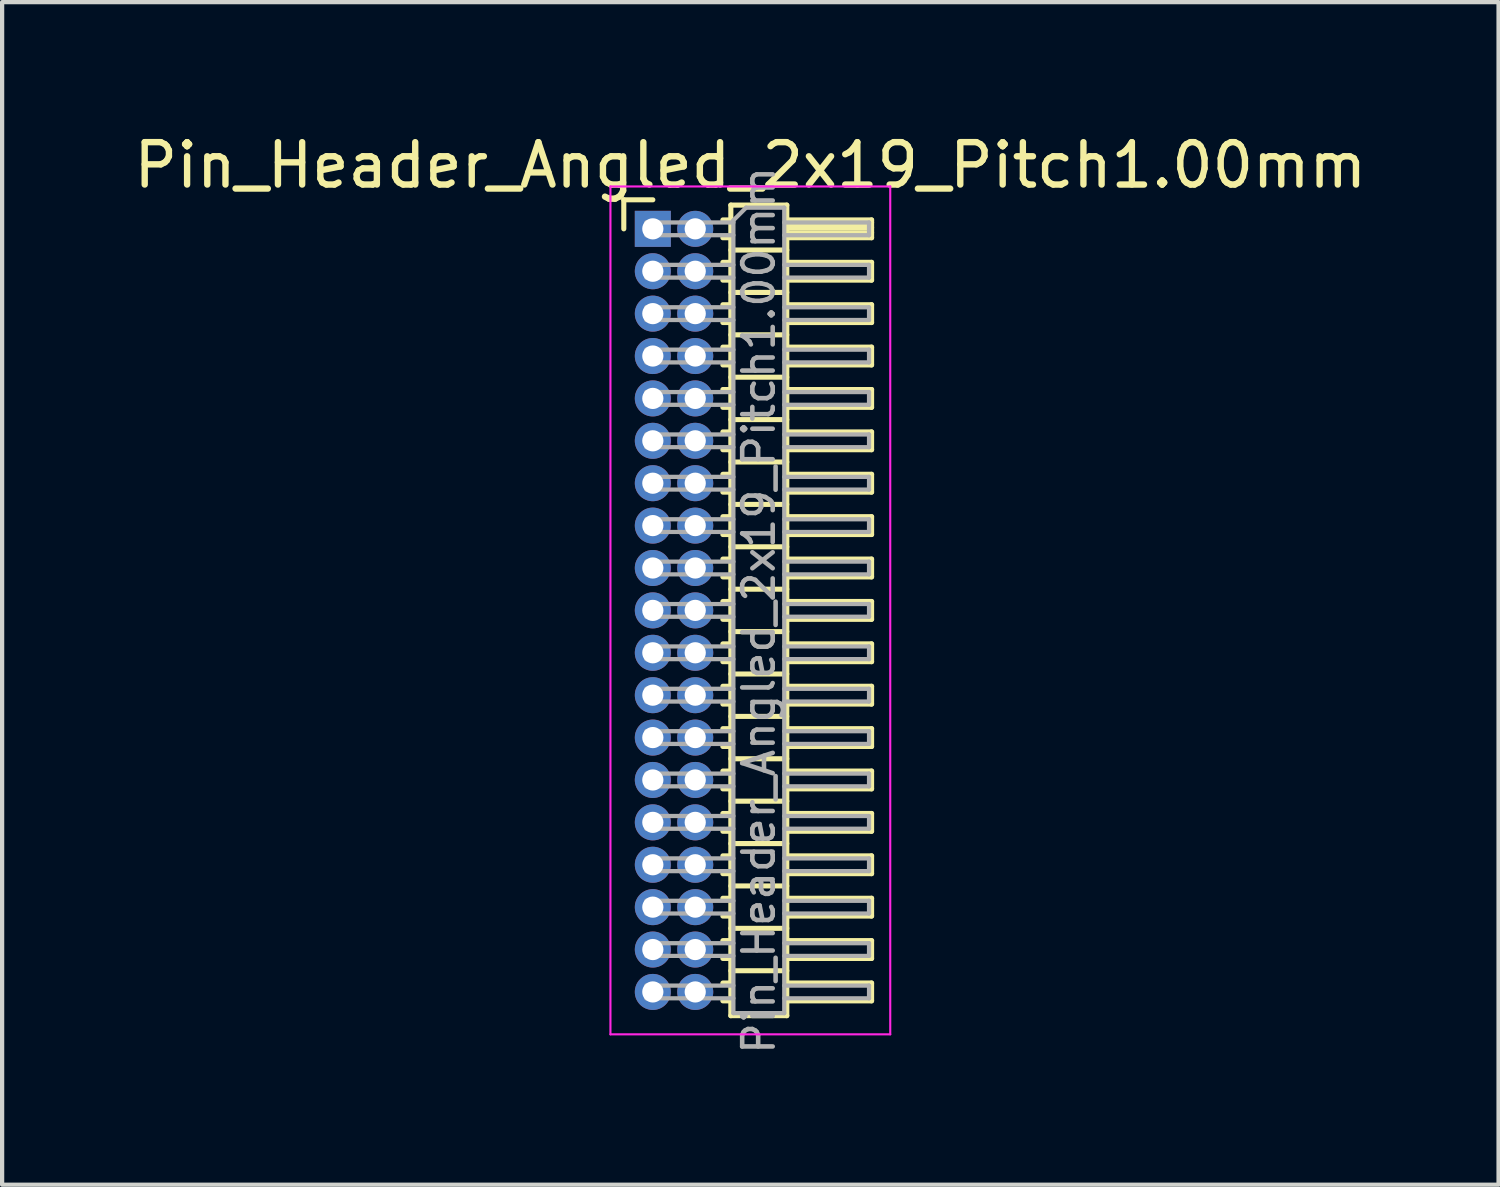
<source format=kicad_pcb>
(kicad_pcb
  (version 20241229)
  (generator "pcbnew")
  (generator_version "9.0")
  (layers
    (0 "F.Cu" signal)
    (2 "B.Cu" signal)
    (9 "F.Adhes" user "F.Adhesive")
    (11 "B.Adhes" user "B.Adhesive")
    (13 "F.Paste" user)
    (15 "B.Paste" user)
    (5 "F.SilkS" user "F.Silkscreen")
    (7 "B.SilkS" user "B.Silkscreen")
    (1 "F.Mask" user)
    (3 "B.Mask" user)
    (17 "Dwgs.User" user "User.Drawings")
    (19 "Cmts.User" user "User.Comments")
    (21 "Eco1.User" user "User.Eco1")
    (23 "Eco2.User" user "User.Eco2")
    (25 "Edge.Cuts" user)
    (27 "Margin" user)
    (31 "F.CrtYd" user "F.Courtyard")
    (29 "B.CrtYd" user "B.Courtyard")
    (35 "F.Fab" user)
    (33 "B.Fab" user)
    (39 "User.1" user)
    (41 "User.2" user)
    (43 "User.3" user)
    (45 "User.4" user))
  (footprint "Pin_Header_Angled_2x19_Pitch1.00mm"
    (layer "F.Cu")
    (at 12.349 2.348)
    (property "Reference" "Pin_Header_Angled_2x19_Pitch1.00mm" (at 2.3 -1.5 0) (layer "F.SilkS") (effects (font (size 1 1) (thickness 0.15))))
    (attr through_hole)
    (fp_line (start -0.685 -0.685) (end 0 -0.685) (stroke (width 0.12) (type solid)) (layer "F.SilkS"))
    (fp_line (start -0.685 0) (end -0.685 -0.685) (stroke (width 0.12) (type solid)) (layer "F.SilkS"))
    (fp_line (start 1.652 -0.21) (end 1.84 -0.21) (stroke (width 0.12) (type solid)) (layer "F.SilkS"))
    (fp_line (start 1.652 0.21) (end 1.84 0.21) (stroke (width 0.12) (type solid)) (layer "F.SilkS"))
    (fp_line (start 1.652 0.79) (end 1.84 0.79) (stroke (width 0.12) (type solid)) (layer "F.SilkS"))
    (fp_line (start 1.652 1.21) (end 1.84 1.21) (stroke (width 0.12) (type solid)) (layer "F.SilkS"))
    (fp_line (start 1.652 1.79) (end 1.84 1.79) (stroke (width 0.12) (type solid)) (layer "F.SilkS"))
    (fp_line (start 1.652 2.21) (end 1.84 2.21) (stroke (width 0.12) (type solid)) (layer "F.SilkS"))
    (fp_line (start 1.652 2.79) (end 1.84 2.79) (stroke (width 0.12) (type solid)) (layer "F.SilkS"))
    (fp_line (start 1.652 3.21) (end 1.84 3.21) (stroke (width 0.12) (type solid)) (layer "F.SilkS"))
    (fp_line (start 1.652 3.79) (end 1.84 3.79) (stroke (width 0.12) (type solid)) (layer "F.SilkS"))
    (fp_line (start 1.652 4.21) (end 1.84 4.21) (stroke (width 0.12) (type solid)) (layer "F.SilkS"))
    (fp_line (start 1.652 4.79) (end 1.84 4.79) (stroke (width 0.12) (type solid)) (layer "F.SilkS"))
    (fp_line (start 1.652 5.21) (end 1.84 5.21) (stroke (width 0.12) (type solid)) (layer "F.SilkS"))
    (fp_line (start 1.652 5.79) (end 1.84 5.79) (stroke (width 0.12) (type solid)) (layer "F.SilkS"))
    (fp_line (start 1.652 6.21) (end 1.84 6.21) (stroke (width 0.12) (type solid)) (layer "F.SilkS"))
    (fp_line (start 1.652 6.79) (end 1.84 6.79) (stroke (width 0.12) (type solid)) (layer "F.SilkS"))
    (fp_line (start 1.652 7.21) (end 1.84 7.21) (stroke (width 0.12) (type solid)) (layer "F.SilkS"))
    (fp_line (start 1.652 7.79) (end 1.84 7.79) (stroke (width 0.12) (type solid)) (layer "F.SilkS"))
    (fp_line (start 1.652 8.21) (end 1.84 8.21) (stroke (width 0.12) (type solid)) (layer "F.SilkS"))
    (fp_line (start 1.652 8.79) (end 1.84 8.79) (stroke (width 0.12) (type solid)) (layer "F.SilkS"))
    (fp_line (start 1.652 9.21) (end 1.84 9.21) (stroke (width 0.12) (type solid)) (layer "F.SilkS"))
    (fp_line (start 1.652 9.79) (end 1.84 9.79) (stroke (width 0.12) (type solid)) (layer "F.SilkS"))
    (fp_line (start 1.652 10.21) (end 1.84 10.21) (stroke (width 0.12) (type solid)) (layer "F.SilkS"))
    (fp_line (start 1.652 10.79) (end 1.84 10.79) (stroke (width 0.12) (type solid)) (layer "F.SilkS"))
    (fp_line (start 1.652 11.21) (end 1.84 11.21) (stroke (width 0.12) (type solid)) (layer "F.SilkS"))
    (fp_line (start 1.652 11.79) (end 1.84 11.79) (stroke (width 0.12) (type solid)) (layer "F.SilkS"))
    (fp_line (start 1.652 12.21) (end 1.84 12.21) (stroke (width 0.12) (type solid)) (layer "F.SilkS"))
    (fp_line (start 1.652 12.79) (end 1.84 12.79) (stroke (width 0.12) (type solid)) (layer "F.SilkS"))
    (fp_line (start 1.652 13.21) (end 1.84 13.21) (stroke (width 0.12) (type solid)) (layer "F.SilkS"))
    (fp_line (start 1.652 13.79) (end 1.84 13.79) (stroke (width 0.12) (type solid)) (layer "F.SilkS"))
    (fp_line (start 1.652 14.21) (end 1.84 14.21) (stroke (width 0.12) (type solid)) (layer "F.SilkS"))
    (fp_line (start 1.652 14.79) (end 1.84 14.79) (stroke (width 0.12) (type solid)) (layer "F.SilkS"))
    (fp_line (start 1.652 15.21) (end 1.84 15.21) (stroke (width 0.12) (type solid)) (layer "F.SilkS"))
    (fp_line (start 1.652 15.79) (end 1.84 15.79) (stroke (width 0.12) (type solid)) (layer "F.SilkS"))
    (fp_line (start 1.652 16.21) (end 1.84 16.21) (stroke (width 0.12) (type solid)) (layer "F.SilkS"))
    (fp_line (start 1.652 16.79) (end 1.84 16.79) (stroke (width 0.12) (type solid)) (layer "F.SilkS"))
    (fp_line (start 1.652 17.21) (end 1.84 17.21) (stroke (width 0.12) (type solid)) (layer "F.SilkS"))
    (fp_line (start 1.652 17.79) (end 1.84 17.79) (stroke (width 0.12) (type solid)) (layer "F.SilkS"))
    (fp_line (start 1.652 18.21) (end 1.84 18.21) (stroke (width 0.12) (type solid)) (layer "F.SilkS"))
    (fp_line (start 1.84 -0.56) (end 1.84 18.56) (stroke (width 0.12) (type solid)) (layer "F.SilkS"))
    (fp_line (start 1.84 0.5) (end 3.16 0.5) (stroke (width 0.12) (type solid)) (layer "F.SilkS"))
    (fp_line (start 1.84 1.5) (end 3.16 1.5) (stroke (width 0.12) (type solid)) (layer "F.SilkS"))
    (fp_line (start 1.84 2.5) (end 3.16 2.5) (stroke (width 0.12) (type solid)) (layer "F.SilkS"))
    (fp_line (start 1.84 3.5) (end 3.16 3.5) (stroke (width 0.12) (type solid)) (layer "F.SilkS"))
    (fp_line (start 1.84 4.5) (end 3.16 4.5) (stroke (width 0.12) (type solid)) (layer "F.SilkS"))
    (fp_line (start 1.84 5.5) (end 3.16 5.5) (stroke (width 0.12) (type solid)) (layer "F.SilkS"))
    (fp_line (start 1.84 6.5) (end 3.16 6.5) (stroke (width 0.12) (type solid)) (layer "F.SilkS"))
    (fp_line (start 1.84 7.5) (end 3.16 7.5) (stroke (width 0.12) (type solid)) (layer "F.SilkS"))
    (fp_line (start 1.84 8.5) (end 3.16 8.5) (stroke (width 0.12) (type solid)) (layer "F.SilkS"))
    (fp_line (start 1.84 9.5) (end 3.16 9.5) (stroke (width 0.12) (type solid)) (layer "F.SilkS"))
    (fp_line (start 1.84 10.5) (end 3.16 10.5) (stroke (width 0.12) (type solid)) (layer "F.SilkS"))
    (fp_line (start 1.84 11.5) (end 3.16 11.5) (stroke (width 0.12) (type solid)) (layer "F.SilkS"))
    (fp_line (start 1.84 12.5) (end 3.16 12.5) (stroke (width 0.12) (type solid)) (layer "F.SilkS"))
    (fp_line (start 1.84 13.5) (end 3.16 13.5) (stroke (width 0.12) (type solid)) (layer "F.SilkS"))
    (fp_line (start 1.84 14.5) (end 3.16 14.5) (stroke (width 0.12) (type solid)) (layer "F.SilkS"))
    (fp_line (start 1.84 15.5) (end 3.16 15.5) (stroke (width 0.12) (type solid)) (layer "F.SilkS"))
    (fp_line (start 1.84 16.5) (end 3.16 16.5) (stroke (width 0.12) (type solid)) (layer "F.SilkS"))
    (fp_line (start 1.84 17.5) (end 3.16 17.5) (stroke (width 0.12) (type solid)) (layer "F.SilkS"))
    (fp_line (start 1.84 18.56) (end 3.16 18.56) (stroke (width 0.12) (type solid)) (layer "F.SilkS"))
    (fp_line (start 3.16 -0.56) (end 1.84 -0.56) (stroke (width 0.12) (type solid)) (layer "F.SilkS"))
    (fp_line (start 3.16 -0.21) (end 5.16 -0.21) (stroke (width 0.12) (type solid)) (layer "F.SilkS"))
    (fp_line (start 3.16 -0.15) (end 5.16 -0.15) (stroke (width 0.12) (type solid)) (layer "F.SilkS"))
    (fp_line (start 3.16 -0.03) (end 5.16 -0.03) (stroke (width 0.12) (type solid)) (layer "F.SilkS"))
    (fp_line (start 3.16 0.09) (end 5.16 0.09) (stroke (width 0.12) (type solid)) (layer "F.SilkS"))
    (fp_line (start 3.16 0.79) (end 5.16 0.79) (stroke (width 0.12) (type solid)) (layer "F.SilkS"))
    (fp_line (start 3.16 1.79) (end 5.16 1.79) (stroke (width 0.12) (type solid)) (layer "F.SilkS"))
    (fp_line (start 3.16 2.79) (end 5.16 2.79) (stroke (width 0.12) (type solid)) (layer "F.SilkS"))
    (fp_line (start 3.16 3.79) (end 5.16 3.79) (stroke (width 0.12) (type solid)) (layer "F.SilkS"))
    (fp_line (start 3.16 4.79) (end 5.16 4.79) (stroke (width 0.12) (type solid)) (layer "F.SilkS"))
    (fp_line (start 3.16 5.79) (end 5.16 5.79) (stroke (width 0.12) (type solid)) (layer "F.SilkS"))
    (fp_line (start 3.16 6.79) (end 5.16 6.79) (stroke (width 0.12) (type solid)) (layer "F.SilkS"))
    (fp_line (start 3.16 7.79) (end 5.16 7.79) (stroke (width 0.12) (type solid)) (layer "F.SilkS"))
    (fp_line (start 3.16 8.79) (end 5.16 8.79) (stroke (width 0.12) (type solid)) (layer "F.SilkS"))
    (fp_line (start 3.16 9.79) (end 5.16 9.79) (stroke (width 0.12) (type solid)) (layer "F.SilkS"))
    (fp_line (start 3.16 10.79) (end 5.16 10.79) (stroke (width 0.12) (type solid)) (layer "F.SilkS"))
    (fp_line (start 3.16 11.79) (end 5.16 11.79) (stroke (width 0.12) (type solid)) (layer "F.SilkS"))
    (fp_line (start 3.16 12.79) (end 5.16 12.79) (stroke (width 0.12) (type solid)) (layer "F.SilkS"))
    (fp_line (start 3.16 13.79) (end 5.16 13.79) (stroke (width 0.12) (type solid)) (layer "F.SilkS"))
    (fp_line (start 3.16 14.79) (end 5.16 14.79) (stroke (width 0.12) (type solid)) (layer "F.SilkS"))
    (fp_line (start 3.16 15.79) (end 5.16 15.79) (stroke (width 0.12) (type solid)) (layer "F.SilkS"))
    (fp_line (start 3.16 16.79) (end 5.16 16.79) (stroke (width 0.12) (type solid)) (layer "F.SilkS"))
    (fp_line (start 3.16 17.79) (end 5.16 17.79) (stroke (width 0.12) (type solid)) (layer "F.SilkS"))
    (fp_line (start 3.16 18.56) (end 3.16 -0.56) (stroke (width 0.12) (type solid)) (layer "F.SilkS"))
    (fp_line (start 5.16 -0.21) (end 5.16 0.21) (stroke (width 0.12) (type solid)) (layer "F.SilkS"))
    (fp_line (start 5.16 0.21) (end 3.16 0.21) (stroke (width 0.12) (type solid)) (layer "F.SilkS"))
    (fp_line (start 5.16 0.79) (end 5.16 1.21) (stroke (width 0.12) (type solid)) (layer "F.SilkS"))
    (fp_line (start 5.16 1.21) (end 3.16 1.21) (stroke (width 0.12) (type solid)) (layer "F.SilkS"))
    (fp_line (start 5.16 1.79) (end 5.16 2.21) (stroke (width 0.12) (type solid)) (layer "F.SilkS"))
    (fp_line (start 5.16 2.21) (end 3.16 2.21) (stroke (width 0.12) (type solid)) (layer "F.SilkS"))
    (fp_line (start 5.16 2.79) (end 5.16 3.21) (stroke (width 0.12) (type solid)) (layer "F.SilkS"))
    (fp_line (start 5.16 3.21) (end 3.16 3.21) (stroke (width 0.12) (type solid)) (layer "F.SilkS"))
    (fp_line (start 5.16 3.79) (end 5.16 4.21) (stroke (width 0.12) (type solid)) (layer "F.SilkS"))
    (fp_line (start 5.16 4.21) (end 3.16 4.21) (stroke (width 0.12) (type solid)) (layer "F.SilkS"))
    (fp_line (start 5.16 4.79) (end 5.16 5.21) (stroke (width 0.12) (type solid)) (layer "F.SilkS"))
    (fp_line (start 5.16 5.21) (end 3.16 5.21) (stroke (width 0.12) (type solid)) (layer "F.SilkS"))
    (fp_line (start 5.16 5.79) (end 5.16 6.21) (stroke (width 0.12) (type solid)) (layer "F.SilkS"))
    (fp_line (start 5.16 6.21) (end 3.16 6.21) (stroke (width 0.12) (type solid)) (layer "F.SilkS"))
    (fp_line (start 5.16 6.79) (end 5.16 7.21) (stroke (width 0.12) (type solid)) (layer "F.SilkS"))
    (fp_line (start 5.16 7.21) (end 3.16 7.21) (stroke (width 0.12) (type solid)) (layer "F.SilkS"))
    (fp_line (start 5.16 7.79) (end 5.16 8.21) (stroke (width 0.12) (type solid)) (layer "F.SilkS"))
    (fp_line (start 5.16 8.21) (end 3.16 8.21) (stroke (width 0.12) (type solid)) (layer "F.SilkS"))
    (fp_line (start 5.16 8.79) (end 5.16 9.21) (stroke (width 0.12) (type solid)) (layer "F.SilkS"))
    (fp_line (start 5.16 9.21) (end 3.16 9.21) (stroke (width 0.12) (type solid)) (layer "F.SilkS"))
    (fp_line (start 5.16 9.79) (end 5.16 10.21) (stroke (width 0.12) (type solid)) (layer "F.SilkS"))
    (fp_line (start 5.16 10.21) (end 3.16 10.21) (stroke (width 0.12) (type solid)) (layer "F.SilkS"))
    (fp_line (start 5.16 10.79) (end 5.16 11.21) (stroke (width 0.12) (type solid)) (layer "F.SilkS"))
    (fp_line (start 5.16 11.21) (end 3.16 11.21) (stroke (width 0.12) (type solid)) (layer "F.SilkS"))
    (fp_line (start 5.16 11.79) (end 5.16 12.21) (stroke (width 0.12) (type solid)) (layer "F.SilkS"))
    (fp_line (start 5.16 12.21) (end 3.16 12.21) (stroke (width 0.12) (type solid)) (layer "F.SilkS"))
    (fp_line (start 5.16 12.79) (end 5.16 13.21) (stroke (width 0.12) (type solid)) (layer "F.SilkS"))
    (fp_line (start 5.16 13.21) (end 3.16 13.21) (stroke (width 0.12) (type solid)) (layer "F.SilkS"))
    (fp_line (start 5.16 13.79) (end 5.16 14.21) (stroke (width 0.12) (type solid)) (layer "F.SilkS"))
    (fp_line (start 5.16 14.21) (end 3.16 14.21) (stroke (width 0.12) (type solid)) (layer "F.SilkS"))
    (fp_line (start 5.16 14.79) (end 5.16 15.21) (stroke (width 0.12) (type solid)) (layer "F.SilkS"))
    (fp_line (start 5.16 15.21) (end 3.16 15.21) (stroke (width 0.12) (type solid)) (layer "F.SilkS"))
    (fp_line (start 5.16 15.79) (end 5.16 16.21) (stroke (width 0.12) (type solid)) (layer "F.SilkS"))
    (fp_line (start 5.16 16.21) (end 3.16 16.21) (stroke (width 0.12) (type solid)) (layer "F.SilkS"))
    (fp_line (start 5.16 16.79) (end 5.16 17.21) (stroke (width 0.12) (type solid)) (layer "F.SilkS"))
    (fp_line (start 5.16 17.21) (end 3.16 17.21) (stroke (width 0.12) (type solid)) (layer "F.SilkS"))
    (fp_line (start 5.16 17.79) (end 5.16 18.21) (stroke (width 0.12) (type solid)) (layer "F.SilkS"))
    (fp_line (start 5.16 18.21) (end 3.16 18.21) (stroke (width 0.12) (type solid)) (layer "F.SilkS"))
    (fp_line (start -1 -1) (end -1 19) (stroke (width 0.05) (type solid)) (layer "F.CrtYd"))
    (fp_line (start -1 19) (end 5.6 19) (stroke (width 0.05) (type solid)) (layer "F.CrtYd"))
    (fp_line (start 5.6 -1) (end -1 -1) (stroke (width 0.05) (type solid)) (layer "F.CrtYd"))
    (fp_line (start 5.6 19) (end 5.6 -1) (stroke (width 0.05) (type solid)) (layer "F.CrtYd"))
    (fp_line (start -0.15 -0.15) (end -0.15 0.15) (stroke (width 0.1) (type solid)) (layer "F.Fab"))
    (fp_line (start -0.15 -0.15) (end 1.9 -0.15) (stroke (width 0.1) (type solid)) (layer "F.Fab"))
    (fp_line (start -0.15 0.15) (end 1.9 0.15) (stroke (width 0.1) (type solid)) (layer "F.Fab"))
    (fp_line (start -0.15 0.85) (end -0.15 1.15) (stroke (width 0.1) (type solid)) (layer "F.Fab"))
    (fp_line (start -0.15 0.85) (end 1.9 0.85) (stroke (width 0.1) (type solid)) (layer "F.Fab"))
    (fp_line (start -0.15 1.15) (end 1.9 1.15) (stroke (width 0.1) (type solid)) (layer "F.Fab"))
    (fp_line (start -0.15 1.85) (end -0.15 2.15) (stroke (width 0.1) (type solid)) (layer "F.Fab"))
    (fp_line (start -0.15 1.85) (end 1.9 1.85) (stroke (width 0.1) (type solid)) (layer "F.Fab"))
    (fp_line (start -0.15 2.15) (end 1.9 2.15) (stroke (width 0.1) (type solid)) (layer "F.Fab"))
    (fp_line (start -0.15 2.85) (end -0.15 3.15) (stroke (width 0.1) (type solid)) (layer "F.Fab"))
    (fp_line (start -0.15 2.85) (end 1.9 2.85) (stroke (width 0.1) (type solid)) (layer "F.Fab"))
    (fp_line (start -0.15 3.15) (end 1.9 3.15) (stroke (width 0.1) (type solid)) (layer "F.Fab"))
    (fp_line (start -0.15 3.85) (end -0.15 4.15) (stroke (width 0.1) (type solid)) (layer "F.Fab"))
    (fp_line (start -0.15 3.85) (end 1.9 3.85) (stroke (width 0.1) (type solid)) (layer "F.Fab"))
    (fp_line (start -0.15 4.15) (end 1.9 4.15) (stroke (width 0.1) (type solid)) (layer "F.Fab"))
    (fp_line (start -0.15 4.85) (end -0.15 5.15) (stroke (width 0.1) (type solid)) (layer "F.Fab"))
    (fp_line (start -0.15 4.85) (end 1.9 4.85) (stroke (width 0.1) (type solid)) (layer "F.Fab"))
    (fp_line (start -0.15 5.15) (end 1.9 5.15) (stroke (width 0.1) (type solid)) (layer "F.Fab"))
    (fp_line (start -0.15 5.85) (end -0.15 6.15) (stroke (width 0.1) (type solid)) (layer "F.Fab"))
    (fp_line (start -0.15 5.85) (end 1.9 5.85) (stroke (width 0.1) (type solid)) (layer "F.Fab"))
    (fp_line (start -0.15 6.15) (end 1.9 6.15) (stroke (width 0.1) (type solid)) (layer "F.Fab"))
    (fp_line (start -0.15 6.85) (end -0.15 7.15) (stroke (width 0.1) (type solid)) (layer "F.Fab"))
    (fp_line (start -0.15 6.85) (end 1.9 6.85) (stroke (width 0.1) (type solid)) (layer "F.Fab"))
    (fp_line (start -0.15 7.15) (end 1.9 7.15) (stroke (width 0.1) (type solid)) (layer "F.Fab"))
    (fp_line (start -0.15 7.85) (end -0.15 8.15) (stroke (width 0.1) (type solid)) (layer "F.Fab"))
    (fp_line (start -0.15 7.85) (end 1.9 7.85) (stroke (width 0.1) (type solid)) (layer "F.Fab"))
    (fp_line (start -0.15 8.15) (end 1.9 8.15) (stroke (width 0.1) (type solid)) (layer "F.Fab"))
    (fp_line (start -0.15 8.85) (end -0.15 9.15) (stroke (width 0.1) (type solid)) (layer "F.Fab"))
    (fp_line (start -0.15 8.85) (end 1.9 8.85) (stroke (width 0.1) (type solid)) (layer "F.Fab"))
    (fp_line (start -0.15 9.15) (end 1.9 9.15) (stroke (width 0.1) (type solid)) (layer "F.Fab"))
    (fp_line (start -0.15 9.85) (end -0.15 10.15) (stroke (width 0.1) (type solid)) (layer "F.Fab"))
    (fp_line (start -0.15 9.85) (end 1.9 9.85) (stroke (width 0.1) (type solid)) (layer "F.Fab"))
    (fp_line (start -0.15 10.15) (end 1.9 10.15) (stroke (width 0.1) (type solid)) (layer "F.Fab"))
    (fp_line (start -0.15 10.85) (end -0.15 11.15) (stroke (width 0.1) (type solid)) (layer "F.Fab"))
    (fp_line (start -0.15 10.85) (end 1.9 10.85) (stroke (width 0.1) (type solid)) (layer "F.Fab"))
    (fp_line (start -0.15 11.15) (end 1.9 11.15) (stroke (width 0.1) (type solid)) (layer "F.Fab"))
    (fp_line (start -0.15 11.85) (end -0.15 12.15) (stroke (width 0.1) (type solid)) (layer "F.Fab"))
    (fp_line (start -0.15 11.85) (end 1.9 11.85) (stroke (width 0.1) (type solid)) (layer "F.Fab"))
    (fp_line (start -0.15 12.15) (end 1.9 12.15) (stroke (width 0.1) (type solid)) (layer "F.Fab"))
    (fp_line (start -0.15 12.85) (end -0.15 13.15) (stroke (width 0.1) (type solid)) (layer "F.Fab"))
    (fp_line (start -0.15 12.85) (end 1.9 12.85) (stroke (width 0.1) (type solid)) (layer "F.Fab"))
    (fp_line (start -0.15 13.15) (end 1.9 13.15) (stroke (width 0.1) (type solid)) (layer "F.Fab"))
    (fp_line (start -0.15 13.85) (end -0.15 14.15) (stroke (width 0.1) (type solid)) (layer "F.Fab"))
    (fp_line (start -0.15 13.85) (end 1.9 13.85) (stroke (width 0.1) (type solid)) (layer "F.Fab"))
    (fp_line (start -0.15 14.15) (end 1.9 14.15) (stroke (width 0.1) (type solid)) (layer "F.Fab"))
    (fp_line (start -0.15 14.85) (end -0.15 15.15) (stroke (width 0.1) (type solid)) (layer "F.Fab"))
    (fp_line (start -0.15 14.85) (end 1.9 14.85) (stroke (width 0.1) (type solid)) (layer "F.Fab"))
    (fp_line (start -0.15 15.15) (end 1.9 15.15) (stroke (width 0.1) (type solid)) (layer "F.Fab"))
    (fp_line (start -0.15 15.85) (end -0.15 16.15) (stroke (width 0.1) (type solid)) (layer "F.Fab"))
    (fp_line (start -0.15 15.85) (end 1.9 15.85) (stroke (width 0.1) (type solid)) (layer "F.Fab"))
    (fp_line (start -0.15 16.15) (end 1.9 16.15) (stroke (width 0.1) (type solid)) (layer "F.Fab"))
    (fp_line (start -0.15 16.85) (end -0.15 17.15) (stroke (width 0.1) (type solid)) (layer "F.Fab"))
    (fp_line (start -0.15 16.85) (end 1.9 16.85) (stroke (width 0.1) (type solid)) (layer "F.Fab"))
    (fp_line (start -0.15 17.15) (end 1.9 17.15) (stroke (width 0.1) (type solid)) (layer "F.Fab"))
    (fp_line (start -0.15 17.85) (end -0.15 18.15) (stroke (width 0.1) (type solid)) (layer "F.Fab"))
    (fp_line (start -0.15 17.85) (end 1.9 17.85) (stroke (width 0.1) (type solid)) (layer "F.Fab"))
    (fp_line (start -0.15 18.15) (end 1.9 18.15) (stroke (width 0.1) (type solid)) (layer "F.Fab"))
    (fp_line (start 1.9 -0.2) (end 2.2 -0.5) (stroke (width 0.1) (type solid)) (layer "F.Fab"))
    (fp_line (start 1.9 18.5) (end 1.9 -0.2) (stroke (width 0.1) (type solid)) (layer "F.Fab"))
    (fp_line (start 2.2 -0.5) (end 3.1 -0.5) (stroke (width 0.1) (type solid)) (layer "F.Fab"))
    (fp_line (start 3.1 -0.5) (end 3.1 18.5) (stroke (width 0.1) (type solid)) (layer "F.Fab"))
    (fp_line (start 3.1 -0.15) (end 5.1 -0.15) (stroke (width 0.1) (type solid)) (layer "F.Fab"))
    (fp_line (start 3.1 0.15) (end 5.1 0.15) (stroke (width 0.1) (type solid)) (layer "F.Fab"))
    (fp_line (start 3.1 0.85) (end 5.1 0.85) (stroke (width 0.1) (type solid)) (layer "F.Fab"))
    (fp_line (start 3.1 1.15) (end 5.1 1.15) (stroke (width 0.1) (type solid)) (layer "F.Fab"))
    (fp_line (start 3.1 1.85) (end 5.1 1.85) (stroke (width 0.1) (type solid)) (layer "F.Fab"))
    (fp_line (start 3.1 2.15) (end 5.1 2.15) (stroke (width 0.1) (type solid)) (layer "F.Fab"))
    (fp_line (start 3.1 2.85) (end 5.1 2.85) (stroke (width 0.1) (type solid)) (layer "F.Fab"))
    (fp_line (start 3.1 3.15) (end 5.1 3.15) (stroke (width 0.1) (type solid)) (layer "F.Fab"))
    (fp_line (start 3.1 3.85) (end 5.1 3.85) (stroke (width 0.1) (type solid)) (layer "F.Fab"))
    (fp_line (start 3.1 4.15) (end 5.1 4.15) (stroke (width 0.1) (type solid)) (layer "F.Fab"))
    (fp_line (start 3.1 4.85) (end 5.1 4.85) (stroke (width 0.1) (type solid)) (layer "F.Fab"))
    (fp_line (start 3.1 5.15) (end 5.1 5.15) (stroke (width 0.1) (type solid)) (layer "F.Fab"))
    (fp_line (start 3.1 5.85) (end 5.1 5.85) (stroke (width 0.1) (type solid)) (layer "F.Fab"))
    (fp_line (start 3.1 6.15) (end 5.1 6.15) (stroke (width 0.1) (type solid)) (layer "F.Fab"))
    (fp_line (start 3.1 6.85) (end 5.1 6.85) (stroke (width 0.1) (type solid)) (layer "F.Fab"))
    (fp_line (start 3.1 7.15) (end 5.1 7.15) (stroke (width 0.1) (type solid)) (layer "F.Fab"))
    (fp_line (start 3.1 7.85) (end 5.1 7.85) (stroke (width 0.1) (type solid)) (layer "F.Fab"))
    (fp_line (start 3.1 8.15) (end 5.1 8.15) (stroke (width 0.1) (type solid)) (layer "F.Fab"))
    (fp_line (start 3.1 8.85) (end 5.1 8.85) (stroke (width 0.1) (type solid)) (layer "F.Fab"))
    (fp_line (start 3.1 9.15) (end 5.1 9.15) (stroke (width 0.1) (type solid)) (layer "F.Fab"))
    (fp_line (start 3.1 9.85) (end 5.1 9.85) (stroke (width 0.1) (type solid)) (layer "F.Fab"))
    (fp_line (start 3.1 10.15) (end 5.1 10.15) (stroke (width 0.1) (type solid)) (layer "F.Fab"))
    (fp_line (start 3.1 10.85) (end 5.1 10.85) (stroke (width 0.1) (type solid)) (layer "F.Fab"))
    (fp_line (start 3.1 11.15) (end 5.1 11.15) (stroke (width 0.1) (type solid)) (layer "F.Fab"))
    (fp_line (start 3.1 11.85) (end 5.1 11.85) (stroke (width 0.1) (type solid)) (layer "F.Fab"))
    (fp_line (start 3.1 12.15) (end 5.1 12.15) (stroke (width 0.1) (type solid)) (layer "F.Fab"))
    (fp_line (start 3.1 12.85) (end 5.1 12.85) (stroke (width 0.1) (type solid)) (layer "F.Fab"))
    (fp_line (start 3.1 13.15) (end 5.1 13.15) (stroke (width 0.1) (type solid)) (layer "F.Fab"))
    (fp_line (start 3.1 13.85) (end 5.1 13.85) (stroke (width 0.1) (type solid)) (layer "F.Fab"))
    (fp_line (start 3.1 14.15) (end 5.1 14.15) (stroke (width 0.1) (type solid)) (layer "F.Fab"))
    (fp_line (start 3.1 14.85) (end 5.1 14.85) (stroke (width 0.1) (type solid)) (layer "F.Fab"))
    (fp_line (start 3.1 15.15) (end 5.1 15.15) (stroke (width 0.1) (type solid)) (layer "F.Fab"))
    (fp_line (start 3.1 15.85) (end 5.1 15.85) (stroke (width 0.1) (type solid)) (layer "F.Fab"))
    (fp_line (start 3.1 16.15) (end 5.1 16.15) (stroke (width 0.1) (type solid)) (layer "F.Fab"))
    (fp_line (start 3.1 16.85) (end 5.1 16.85) (stroke (width 0.1) (type solid)) (layer "F.Fab"))
    (fp_line (start 3.1 17.15) (end 5.1 17.15) (stroke (width 0.1) (type solid)) (layer "F.Fab"))
    (fp_line (start 3.1 17.85) (end 5.1 17.85) (stroke (width 0.1) (type solid)) (layer "F.Fab"))
    (fp_line (start 3.1 18.15) (end 5.1 18.15) (stroke (width 0.1) (type solid)) (layer "F.Fab"))
    (fp_line (start 3.1 18.5) (end 1.9 18.5) (stroke (width 0.1) (type solid)) (layer "F.Fab"))
    (fp_line (start 5.1 -0.15) (end 5.1 0.15) (stroke (width 0.1) (type solid)) (layer "F.Fab"))
    (fp_line (start 5.1 0.85) (end 5.1 1.15) (stroke (width 0.1) (type solid)) (layer "F.Fab"))
    (fp_line (start 5.1 1.85) (end 5.1 2.15) (stroke (width 0.1) (type solid)) (layer "F.Fab"))
    (fp_line (start 5.1 2.85) (end 5.1 3.15) (stroke (width 0.1) (type solid)) (layer "F.Fab"))
    (fp_line (start 5.1 3.85) (end 5.1 4.15) (stroke (width 0.1) (type solid)) (layer "F.Fab"))
    (fp_line (start 5.1 4.85) (end 5.1 5.15) (stroke (width 0.1) (type solid)) (layer "F.Fab"))
    (fp_line (start 5.1 5.85) (end 5.1 6.15) (stroke (width 0.1) (type solid)) (layer "F.Fab"))
    (fp_line (start 5.1 6.85) (end 5.1 7.15) (stroke (width 0.1) (type solid)) (layer "F.Fab"))
    (fp_line (start 5.1 7.85) (end 5.1 8.15) (stroke (width 0.1) (type solid)) (layer "F.Fab"))
    (fp_line (start 5.1 8.85) (end 5.1 9.15) (stroke (width 0.1) (type solid)) (layer "F.Fab"))
    (fp_line (start 5.1 9.85) (end 5.1 10.15) (stroke (width 0.1) (type solid)) (layer "F.Fab"))
    (fp_line (start 5.1 10.85) (end 5.1 11.15) (stroke (width 0.1) (type solid)) (layer "F.Fab"))
    (fp_line (start 5.1 11.85) (end 5.1 12.15) (stroke (width 0.1) (type solid)) (layer "F.Fab"))
    (fp_line (start 5.1 12.85) (end 5.1 13.15) (stroke (width 0.1) (type solid)) (layer "F.Fab"))
    (fp_line (start 5.1 13.85) (end 5.1 14.15) (stroke (width 0.1) (type solid)) (layer "F.Fab"))
    (fp_line (start 5.1 14.85) (end 5.1 15.15) (stroke (width 0.1) (type solid)) (layer "F.Fab"))
    (fp_line (start 5.1 15.85) (end 5.1 16.15) (stroke (width 0.1) (type solid)) (layer "F.Fab"))
    (fp_line (start 5.1 16.85) (end 5.1 17.15) (stroke (width 0.1) (type solid)) (layer "F.Fab"))
    (fp_line (start 5.1 17.85) (end 5.1 18.15) (stroke (width 0.1) (type solid)) (layer "F.Fab"))
    (fp_text user "${REFERENCE}" (at 2.5 9 90) (layer "F.Fab") (effects (font (size 0.72 0.72) (thickness 0.108))))
    (pad "1" thru_hole rect (at 0 0) (size 0.85 0.85) (drill 0.5) (layers "*.Cu" "*.Mask"))
    (pad "2" thru_hole oval (at 1 0) (size 0.85 0.85) (drill 0.5) (layers "*.Cu" "*.Mask"))
    (pad "3" thru_hole oval (at 0 1) (size 0.85 0.85) (drill 0.5) (layers "*.Cu" "*.Mask"))
    (pad "4" thru_hole oval (at 1 1) (size 0.85 0.85) (drill 0.5) (layers "*.Cu" "*.Mask"))
    (pad "5" thru_hole oval (at 0 2) (size 0.85 0.85) (drill 0.5) (layers "*.Cu" "*.Mask"))
    (pad "6" thru_hole oval (at 1 2) (size 0.85 0.85) (drill 0.5) (layers "*.Cu" "*.Mask"))
    (pad "7" thru_hole oval (at 0 3) (size 0.85 0.85) (drill 0.5) (layers "*.Cu" "*.Mask"))
    (pad "8" thru_hole oval (at 1 3) (size 0.85 0.85) (drill 0.5) (layers "*.Cu" "*.Mask"))
    (pad "9" thru_hole oval (at 0 4) (size 0.85 0.85) (drill 0.5) (layers "*.Cu" "*.Mask"))
    (pad "10" thru_hole oval (at 1 4) (size 0.85 0.85) (drill 0.5) (layers "*.Cu" "*.Mask"))
    (pad "11" thru_hole oval (at 0 5) (size 0.85 0.85) (drill 0.5) (layers "*.Cu" "*.Mask"))
    (pad "12" thru_hole oval (at 1 5) (size 0.85 0.85) (drill 0.5) (layers "*.Cu" "*.Mask"))
    (pad "13" thru_hole oval (at 0 6) (size 0.85 0.85) (drill 0.5) (layers "*.Cu" "*.Mask"))
    (pad "14" thru_hole oval (at 1 6) (size 0.85 0.85) (drill 0.5) (layers "*.Cu" "*.Mask"))
    (pad "15" thru_hole oval (at 0 7) (size 0.85 0.85) (drill 0.5) (layers "*.Cu" "*.Mask"))
    (pad "16" thru_hole oval (at 1 7) (size 0.85 0.85) (drill 0.5) (layers "*.Cu" "*.Mask"))
    (pad "17" thru_hole oval (at 0 8) (size 0.85 0.85) (drill 0.5) (layers "*.Cu" "*.Mask"))
    (pad "18" thru_hole oval (at 1 8) (size 0.85 0.85) (drill 0.5) (layers "*.Cu" "*.Mask"))
    (pad "19" thru_hole oval (at 0 9) (size 0.85 0.85) (drill 0.5) (layers "*.Cu" "*.Mask"))
    (pad "20" thru_hole oval (at 1 9) (size 0.85 0.85) (drill 0.5) (layers "*.Cu" "*.Mask"))
    (pad "21" thru_hole oval (at 0 10) (size 0.85 0.85) (drill 0.5) (layers "*.Cu" "*.Mask"))
    (pad "22" thru_hole oval (at 1 10) (size 0.85 0.85) (drill 0.5) (layers "*.Cu" "*.Mask"))
    (pad "23" thru_hole oval (at 0 11) (size 0.85 0.85) (drill 0.5) (layers "*.Cu" "*.Mask"))
    (pad "24" thru_hole oval (at 1 11) (size 0.85 0.85) (drill 0.5) (layers "*.Cu" "*.Mask"))
    (pad "25" thru_hole oval (at 0 12) (size 0.85 0.85) (drill 0.5) (layers "*.Cu" "*.Mask"))
    (pad "26" thru_hole oval (at 1 12) (size 0.85 0.85) (drill 0.5) (layers "*.Cu" "*.Mask"))
    (pad "27" thru_hole oval (at 0 13) (size 0.85 0.85) (drill 0.5) (layers "*.Cu" "*.Mask"))
    (pad "28" thru_hole oval (at 1 13) (size 0.85 0.85) (drill 0.5) (layers "*.Cu" "*.Mask"))
    (pad "29" thru_hole oval (at 0 14) (size 0.85 0.85) (drill 0.5) (layers "*.Cu" "*.Mask"))
    (pad "30" thru_hole oval (at 1 14) (size 0.85 0.85) (drill 0.5) (layers "*.Cu" "*.Mask"))
    (pad "31" thru_hole oval (at 0 15) (size 0.85 0.85) (drill 0.5) (layers "*.Cu" "*.Mask"))
    (pad "32" thru_hole oval (at 1 15) (size 0.85 0.85) (drill 0.5) (layers "*.Cu" "*.Mask"))
    (pad "33" thru_hole oval (at 0 16) (size 0.85 0.85) (drill 0.5) (layers "*.Cu" "*.Mask"))
    (pad "34" thru_hole oval (at 1 16) (size 0.85 0.85) (drill 0.5) (layers "*.Cu" "*.Mask"))
    (pad "35" thru_hole oval (at 0 17) (size 0.85 0.85) (drill 0.5) (layers "*.Cu" "*.Mask"))
    (pad "36" thru_hole oval (at 1 17) (size 0.85 0.85) (drill 0.5) (layers "*.Cu" "*.Mask"))
    (pad "37" thru_hole oval (at 0 18) (size 0.85 0.85) (drill 0.5) (layers "*.Cu" "*.Mask"))
    (pad "38" thru_hole oval (at 1 18) (size 0.85 0.85) (drill 0.5) (layers "*.Cu" "*.Mask")))
  (gr_rect
    (start -3 -3)
    (end 32.298 24.895)
    (stroke (width 0.1) (type default))
    (fill no)
    (layer "Edge.Cuts")))
</source>
